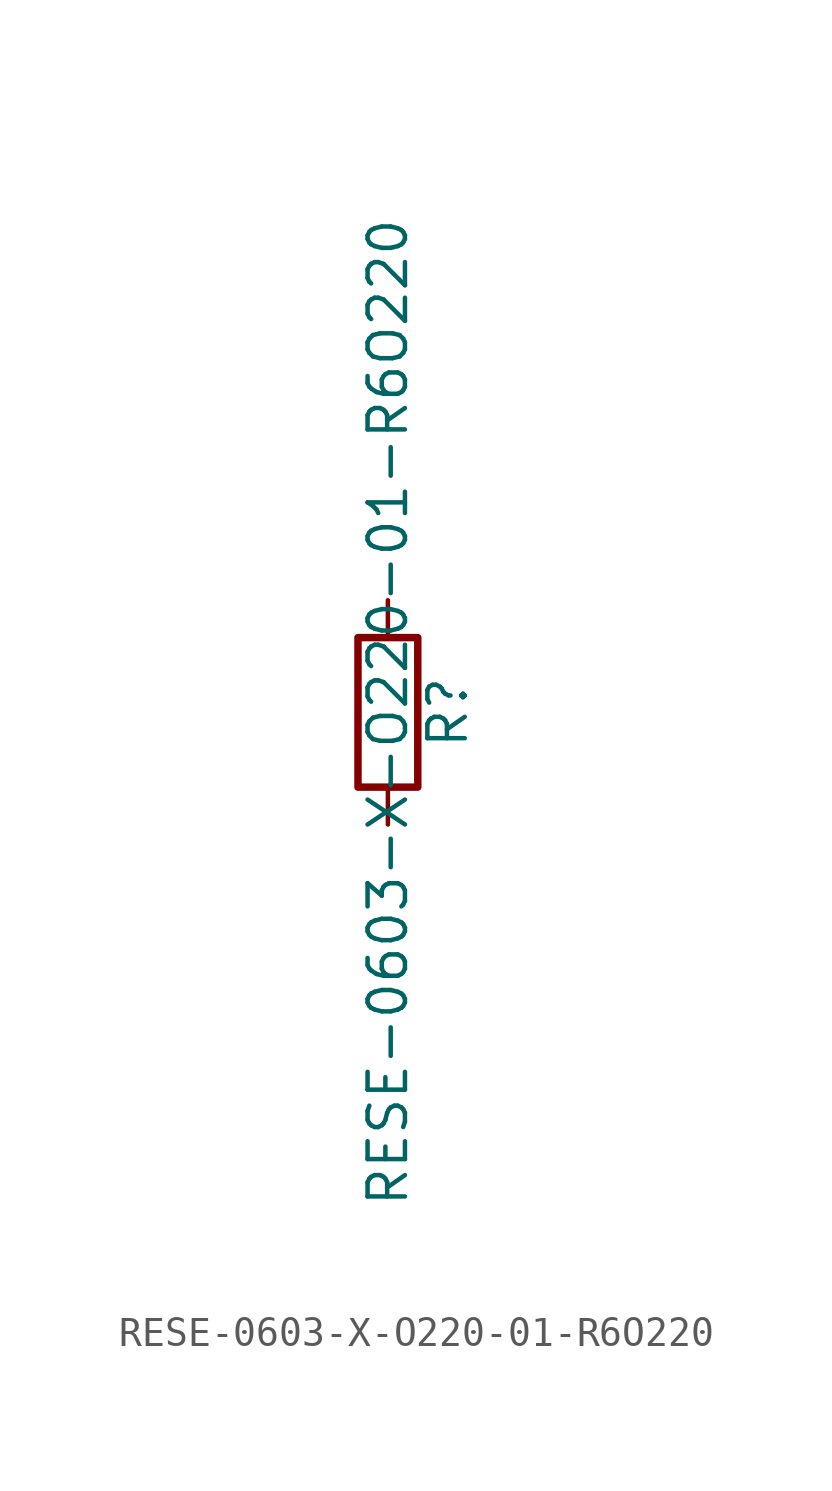
<source format=kicad_sym>
(kicad_symbol_lib
  (version 20211014)
  (generator kicad_symbol_editor)
  (symbol "RESE-0603-X-O220-01-R6O220"
    (pin_numbers hide)
    (pin_names
      (offset 0))
    (property "Reference" "R"
      (at 2.032 0 90)
      (effects (font (size 1.27 1.27))))
    (property "Value" "RESE-0603-X-O220-01-R6O220"
      (at 0 0 90)
      (effects (font (size 1.27 1.27))))
    (symbol "RESE-0603-X-O220-01-R6O220_0_1"
      (rectangle (start -1.016 -2.54) (end 1.016 2.54) (stroke (width 0.254) (type default) (color 0 0 0 0)) (fill (type none))))
    (symbol "RESE-0603-X-O220-01-R6O220_1_1"
      (pin passive line (at 0 3.81 270) (length 1.27) (name "~" (effects (font (size 1.27 1.27)))) (number "1" (effects (font (size 1.27 1.27)))))
      (pin passive line (at 0 -3.81 90) (length 1.27) (name "~" (effects (font (size 1.27 1.27)))) (number "2" (effects (font (size 1.27 1.27))))))))
</source>
